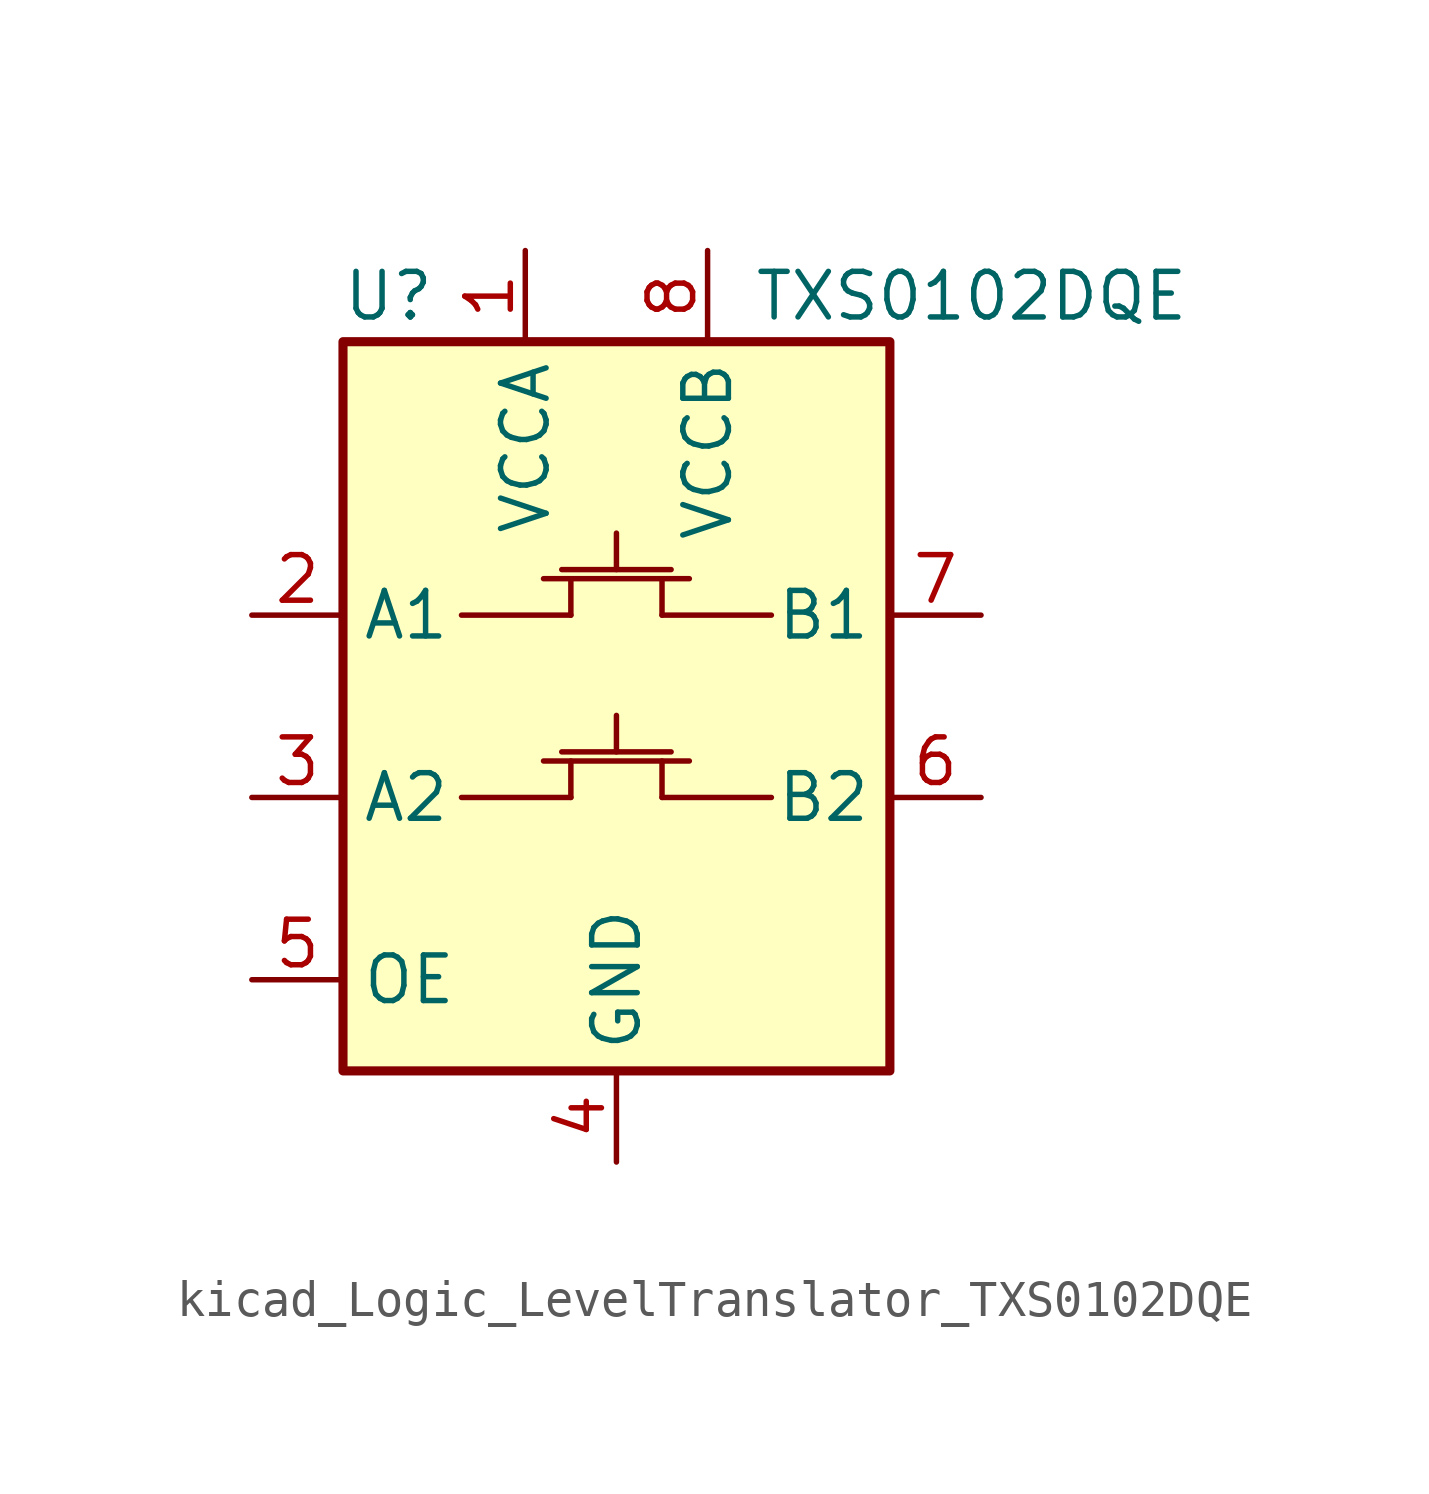
<source format=kicad_sym>
(kicad_symbol_lib
  (version 20220914)
  (generator kicad_symbol_editor)
  (symbol "kicad_Logic_LevelTranslator_TXS0102DQE"
    (property "Reference" "U"
      (at -6.35 11.43 0)
      (effects (font (size 1.27 1.27))))
    (property "Value" "TXS0102DQE"
      (at 3.81 11.43 0)
      (effects (font (size 1.27 1.27)) (justify left)))
    (symbol "kicad_Logic_LevelTranslator_TXS0102DQE_0_1"
      (rectangle (start -7.62 10.16) (end 7.62 -10.16) (stroke (width 0.254) (type default)) (fill (type background)))
      (polyline (pts (xy -4.318 -2.54) (xy -1.27 -2.54)) (stroke (width 0) (type default)) (fill (type none)))
      (polyline (pts (xy -2.032 -1.524) (xy 2.032 -1.524)) (stroke (width 0) (type default)) (fill (type none)))
      (polyline (pts (xy -1.524 -1.27) (xy 1.524 -1.27)) (stroke (width 0) (type default)) (fill (type none)))
      (polyline (pts (xy -1.27 -2.54) (xy -1.27 -1.524)) (stroke (width 0) (type default)) (fill (type none)))
      (polyline (pts (xy 0 -1.27) (xy 0 -0.254)) (stroke (width 0) (type default)) (fill (type none)))
      (polyline (pts (xy 1.27 -2.54) (xy 1.27 -1.524)) (stroke (width 0) (type default)) (fill (type none)))
      (polyline (pts (xy 4.318 -2.54) (xy 1.27 -2.54)) (stroke (width 0) (type default)) (fill (type none))))
    (symbol "kicad_Logic_LevelTranslator_TXS0102DQE_1_1"
      (polyline (pts (xy -4.318 2.54) (xy -1.27 2.54)) (stroke (width 0) (type default)) (fill (type none)))
      (polyline (pts (xy -2.032 3.556) (xy 2.032 3.556)) (stroke (width 0) (type default)) (fill (type none)))
      (polyline (pts (xy -1.524 3.81) (xy 1.524 3.81)) (stroke (width 0) (type default)) (fill (type none)))
      (polyline (pts (xy -1.27 2.54) (xy -1.27 3.556)) (stroke (width 0) (type default)) (fill (type none)))
      (polyline (pts (xy 0 3.81) (xy 0 4.826)) (stroke (width 0) (type default)) (fill (type none)))
      (polyline (pts (xy 1.27 2.54) (xy 1.27 3.556)) (stroke (width 0) (type default)) (fill (type none)))
      (polyline (pts (xy 4.318 2.54) (xy 1.27 2.54)) (stroke (width 0) (type default)) (fill (type none)))
      (pin power_in line (at -2.54 12.7 270) (length 2.54) (name "VCCA" (effects (font (size 1.27 1.27)))) (number "1" (effects (font (size 1.27 1.27)))))
      (pin bidirectional line (at -10.16 2.54 0) (length 2.54) (name "A1" (effects (font (size 1.27 1.27)))) (number "2" (effects (font (size 1.27 1.27)))))
      (pin bidirectional line (at -10.16 -2.54 0) (length 2.54) (name "A2" (effects (font (size 1.27 1.27)))) (number "3" (effects (font (size 1.27 1.27)))))
      (pin power_in line (at 0 -12.7 90) (length 2.54) (name "GND" (effects (font (size 1.27 1.27)))) (number "4" (effects (font (size 1.27 1.27)))))
      (pin input line (at -10.16 -7.62 0) (length 2.54) (name "OE" (effects (font (size 1.27 1.27)))) (number "5" (effects (font (size 1.27 1.27)))))
      (pin bidirectional line (at 10.16 -2.54 180) (length 2.54) (name "B2" (effects (font (size 1.27 1.27)))) (number "6" (effects (font (size 1.27 1.27)))))
      (pin bidirectional line (at 10.16 2.54 180) (length 2.54) (name "B1" (effects (font (size 1.27 1.27)))) (number "7" (effects (font (size 1.27 1.27)))))
      (pin power_in line (at 2.54 12.7 270) (length 2.54) (name "VCCB" (effects (font (size 1.27 1.27)))) (number "8" (effects (font (size 1.27 1.27))))))))
</source>
